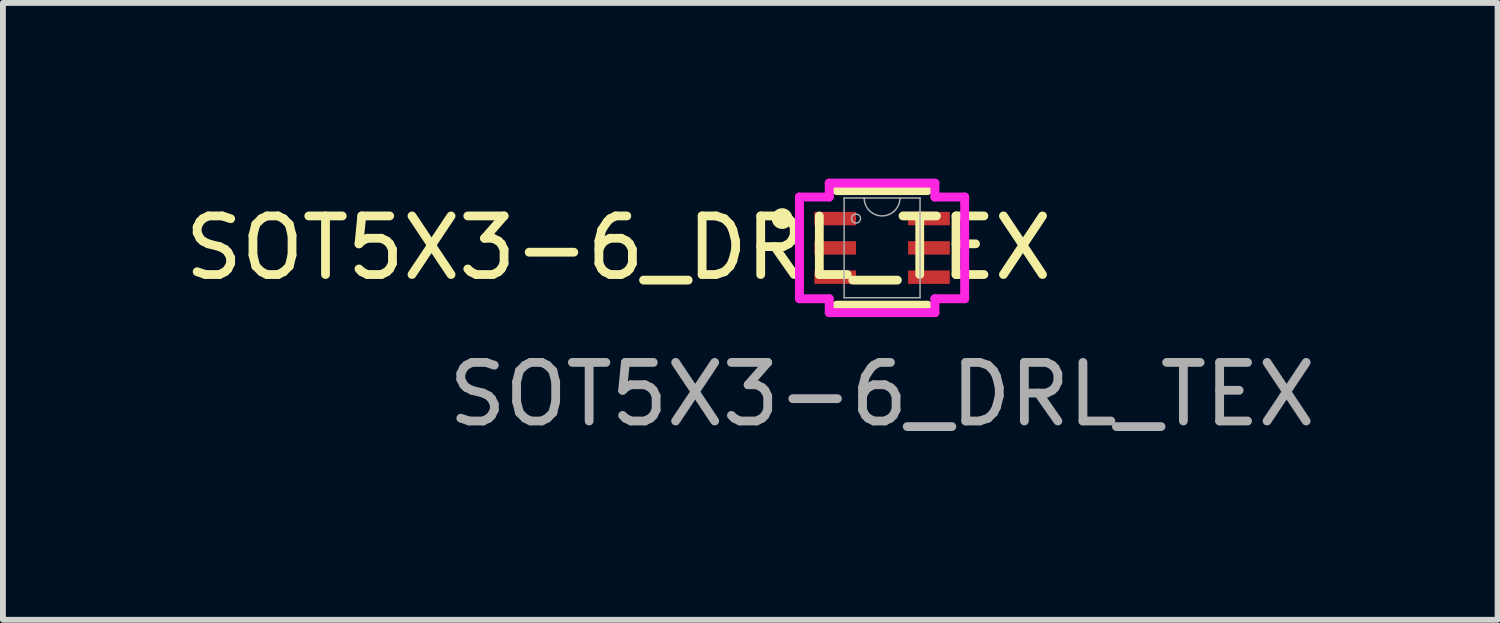
<source format=kicad_pcb>
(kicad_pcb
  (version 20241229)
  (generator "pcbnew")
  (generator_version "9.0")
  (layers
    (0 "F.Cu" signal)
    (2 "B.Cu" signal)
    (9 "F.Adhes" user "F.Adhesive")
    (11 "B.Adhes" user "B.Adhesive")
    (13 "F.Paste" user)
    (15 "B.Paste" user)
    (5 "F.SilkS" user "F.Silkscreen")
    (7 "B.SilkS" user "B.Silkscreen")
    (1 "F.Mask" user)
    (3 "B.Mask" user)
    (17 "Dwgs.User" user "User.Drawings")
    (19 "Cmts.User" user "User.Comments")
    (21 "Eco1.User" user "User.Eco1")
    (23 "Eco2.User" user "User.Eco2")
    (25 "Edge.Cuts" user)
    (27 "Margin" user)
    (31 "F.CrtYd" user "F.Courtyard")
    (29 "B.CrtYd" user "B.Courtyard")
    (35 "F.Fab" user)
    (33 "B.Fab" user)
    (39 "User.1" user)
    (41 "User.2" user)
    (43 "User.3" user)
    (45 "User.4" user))
  (footprint "SOT5X3-6_DRL_TEX"
    (layer "F.Cu")
    (at 12.006 1.181)
    (property "Reference" "SOT5X3-6_DRL_TEX" (at -4.5 0 0) (unlocked yes) (layer "F.SilkS") (effects (font (size 1 1) (thickness 0.15))))
    (attr smd)
    (fp_line (start -0.775 0.978) (end 0.775 0.978) (stroke (width 0.152) (type solid)) (layer "F.SilkS"))
    (fp_line (start 0.775 -0.978) (end -0.775 -0.978) (stroke (width 0.152) (type solid)) (layer "F.SilkS"))
    (fp_circle (center -1.706 -0.5) (end -1.605 -0.5) (stroke (width 0.152) (type solid)) (fill no) (layer "F.SilkS"))
    (fp_line (start -1.41 -0.868) (end -0.902 -0.868) (stroke (width 0.152) (type solid)) (layer "F.CrtYd"))
    (fp_line (start -1.41 0.868) (end -1.41 -0.868) (stroke (width 0.152) (type solid)) (layer "F.CrtYd"))
    (fp_line (start -1.41 0.868) (end -0.902 0.868) (stroke (width 0.152) (type solid)) (layer "F.CrtYd"))
    (fp_line (start -0.902 -1.105) (end 0.902 -1.105) (stroke (width 0.152) (type solid)) (layer "F.CrtYd"))
    (fp_line (start -0.902 -0.868) (end -0.902 -1.105) (stroke (width 0.152) (type solid)) (layer "F.CrtYd"))
    (fp_line (start -0.902 1.105) (end -0.902 0.868) (stroke (width 0.152) (type solid)) (layer "F.CrtYd"))
    (fp_line (start 0.902 -1.105) (end 0.902 -0.868) (stroke (width 0.152) (type solid)) (layer "F.CrtYd"))
    (fp_line (start 0.902 0.868) (end 0.902 1.105) (stroke (width 0.152) (type solid)) (layer "F.CrtYd"))
    (fp_line (start 0.902 1.105) (end -0.902 1.105) (stroke (width 0.152) (type solid)) (layer "F.CrtYd"))
    (fp_line (start 1.41 -0.868) (end 0.902 -0.868) (stroke (width 0.152) (type solid)) (layer "F.CrtYd"))
    (fp_line (start 1.41 -0.868) (end 1.41 0.868) (stroke (width 0.152) (type solid)) (layer "F.CrtYd"))
    (fp_line (start 1.41 0.868) (end 0.902 0.868) (stroke (width 0.152) (type solid)) (layer "F.CrtYd"))
    (fp_line (start -0.648 -0.851) (end -0.648 0.851) (stroke (width 0.025) (type solid)) (layer "F.Fab"))
    (fp_line (start -0.648 0.851) (end 0.648 0.851) (stroke (width 0.025) (type solid)) (layer "F.Fab"))
    (fp_line (start 0.648 -0.851) (end -0.648 -0.851) (stroke (width 0.025) (type solid)) (layer "F.Fab"))
    (fp_line (start 0.648 0.851) (end 0.648 -0.851) (stroke (width 0.025) (type solid)) (layer "F.Fab"))
    (fp_arc (start 0.3048 -0.8509) (mid 0 -0.5461) (end -0.3048 -0.8509) (stroke (width 0.0254) (type solid)) (layer "F.Fab"))
    (fp_circle (center -0.445 -0.5) (end -0.368 -0.5) (stroke (width 0.025) (type solid)) (fill no) (layer "F.Fab"))
    (fp_text user "${REFERENCE}" (at 0 2.5 0) (unlocked yes) (layer "F.Fab") (effects (font (size 1 1) (thickness 0.15))))
    (pad "1" smd rect (at -0.8 -0.5) (size 0.711 0.229) (layers "F.Cu" "F.Mask" "F.Paste"))
    (pad "2" smd rect (at -0.8 0) (size 0.711 0.229) (layers "F.Cu" "F.Mask" "F.Paste"))
    (pad "3" smd rect (at -0.8 0.5) (size 0.711 0.229) (layers "F.Cu" "F.Mask" "F.Paste"))
    (pad "4" smd rect (at 0.8 0.5) (size 0.711 0.229) (layers "F.Cu" "F.Mask" "F.Paste"))
    (pad "5" smd rect (at 0.8 0) (size 0.711 0.229) (layers "F.Cu" "F.Mask" "F.Paste"))
    (pad "6" smd rect (at 0.8 -0.5) (size 0.711 0.229) (layers "F.Cu" "F.Mask" "F.Paste")))
  (gr_rect
    (start -3 -3)
    (end 22.512 7.529)
    (stroke (width 0.1) (type default))
    (fill no)
    (layer "Edge.Cuts")))
</source>
